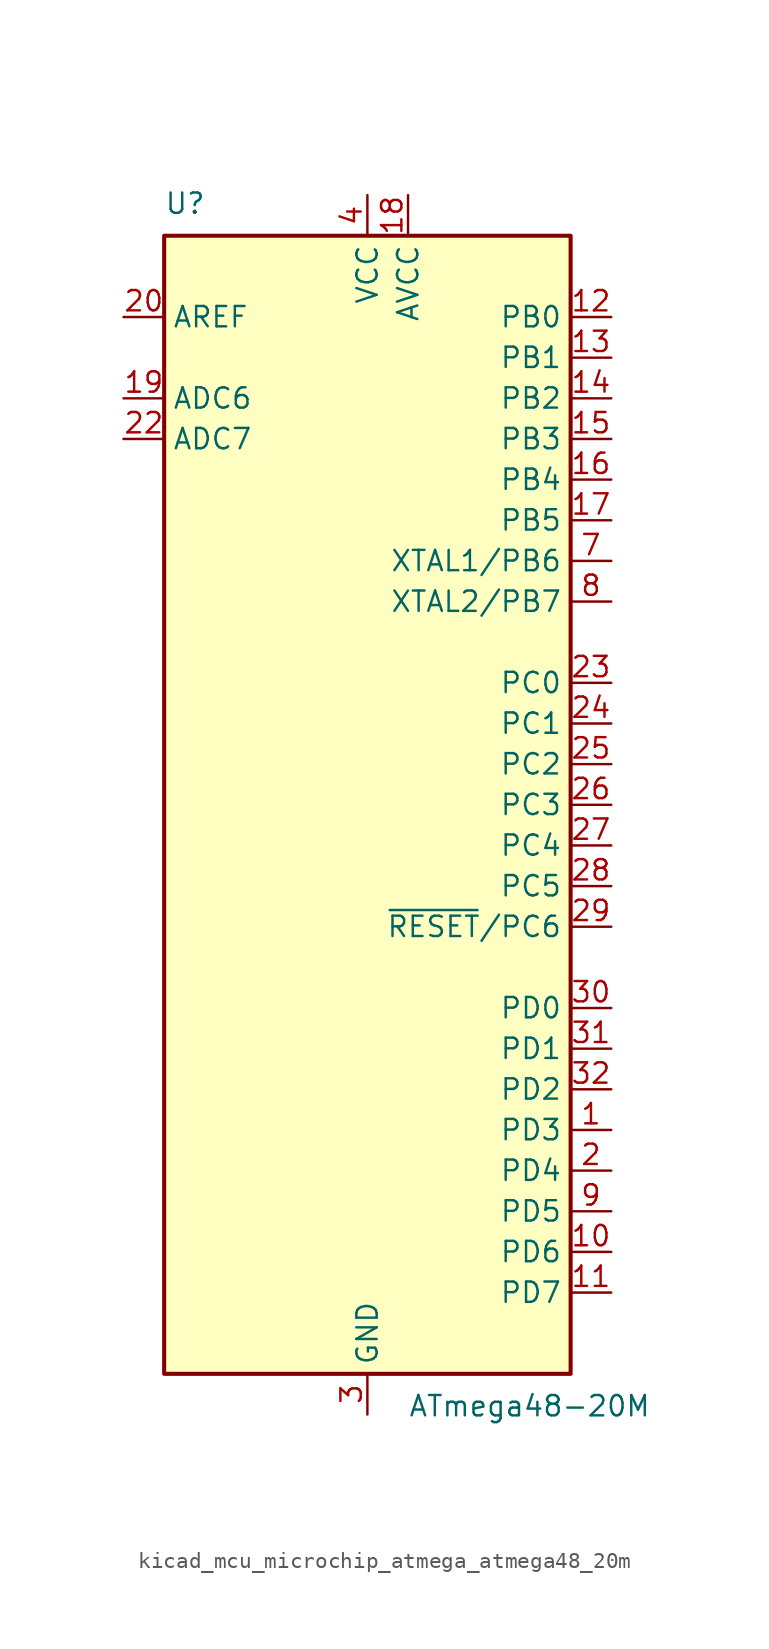
<source format=kicad_sym>
(kicad_symbol_lib
  (version 20220914)
  (generator kicad_symbol_editor)
  (symbol "kicad_mcu_microchip_atmega_atmega48_20m"
    (property "Reference" "U"
      (at -12.7 36.83 0)
      (effects (font (size 1.27 1.27)) (justify left bottom)))
    (property "Value" "ATmega48-20M"
      (at 2.54 -36.83 0)
      (effects (font (size 1.27 1.27)) (justify left top)))
    (symbol "kicad_mcu_microchip_atmega_atmega48_20m_0_1"
      (rectangle (start -12.7 -35.56) (end 12.7 35.56) (stroke (width 0.254) (type default)) (fill (type background))))
    (symbol "kicad_mcu_microchip_atmega_atmega48_20m_1_1"
      (pin bidirectional line (at 15.24 -20.32 180) (length 2.54) (name "PD3" (effects (font (size 1.27 1.27)))) (number "1" (effects (font (size 1.27 1.27)))))
      (pin bidirectional line (at 15.24 -27.94 180) (length 2.54) (name "PD6" (effects (font (size 1.27 1.27)))) (number "10" (effects (font (size 1.27 1.27)))))
      (pin bidirectional line (at 15.24 -30.48 180) (length 2.54) (name "PD7" (effects (font (size 1.27 1.27)))) (number "11" (effects (font (size 1.27 1.27)))))
      (pin bidirectional line (at 15.24 30.48 180) (length 2.54) (name "PB0" (effects (font (size 1.27 1.27)))) (number "12" (effects (font (size 1.27 1.27)))))
      (pin bidirectional line (at 15.24 27.94 180) (length 2.54) (name "PB1" (effects (font (size 1.27 1.27)))) (number "13" (effects (font (size 1.27 1.27)))))
      (pin bidirectional line (at 15.24 25.4 180) (length 2.54) (name "PB2" (effects (font (size 1.27 1.27)))) (number "14" (effects (font (size 1.27 1.27)))))
      (pin bidirectional line (at 15.24 22.86 180) (length 2.54) (name "PB3" (effects (font (size 1.27 1.27)))) (number "15" (effects (font (size 1.27 1.27)))))
      (pin bidirectional line (at 15.24 20.32 180) (length 2.54) (name "PB4" (effects (font (size 1.27 1.27)))) (number "16" (effects (font (size 1.27 1.27)))))
      (pin bidirectional line (at 15.24 17.78 180) (length 2.54) (name "PB5" (effects (font (size 1.27 1.27)))) (number "17" (effects (font (size 1.27 1.27)))))
      (pin power_in line (at 2.54 38.1 270) (length 2.54) (name "AVCC" (effects (font (size 1.27 1.27)))) (number "18" (effects (font (size 1.27 1.27)))))
      (pin input line (at -15.24 25.4 0) (length 2.54) (name "ADC6" (effects (font (size 1.27 1.27)))) (number "19" (effects (font (size 1.27 1.27)))))
      (pin bidirectional line (at 15.24 -22.86 180) (length 2.54) (name "PD4" (effects (font (size 1.27 1.27)))) (number "2" (effects (font (size 1.27 1.27)))))
      (pin passive line (at -15.24 30.48 0) (length 2.54) (name "AREF" (effects (font (size 1.27 1.27)))) (number "20" (effects (font (size 1.27 1.27)))))
      (pin passive line (at 0 -38.1 90) (length 2.54) hide (name "GND" (effects (font (size 1.27 1.27)))) (number "21" (effects (font (size 1.27 1.27)))))
      (pin input line (at -15.24 22.86 0) (length 2.54) (name "ADC7" (effects (font (size 1.27 1.27)))) (number "22" (effects (font (size 1.27 1.27)))))
      (pin bidirectional line (at 15.24 7.62 180) (length 2.54) (name "PC0" (effects (font (size 1.27 1.27)))) (number "23" (effects (font (size 1.27 1.27)))))
      (pin bidirectional line (at 15.24 5.08 180) (length 2.54) (name "PC1" (effects (font (size 1.27 1.27)))) (number "24" (effects (font (size 1.27 1.27)))))
      (pin bidirectional line (at 15.24 2.54 180) (length 2.54) (name "PC2" (effects (font (size 1.27 1.27)))) (number "25" (effects (font (size 1.27 1.27)))))
      (pin bidirectional line (at 15.24 0 180) (length 2.54) (name "PC3" (effects (font (size 1.27 1.27)))) (number "26" (effects (font (size 1.27 1.27)))))
      (pin bidirectional line (at 15.24 -2.54 180) (length 2.54) (name "PC4" (effects (font (size 1.27 1.27)))) (number "27" (effects (font (size 1.27 1.27)))))
      (pin bidirectional line (at 15.24 -5.08 180) (length 2.54) (name "PC5" (effects (font (size 1.27 1.27)))) (number "28" (effects (font (size 1.27 1.27)))))
      (pin bidirectional line (at 15.24 -7.62 180) (length 2.54) (name "~{RESET}/PC6" (effects (font (size 1.27 1.27)))) (number "29" (effects (font (size 1.27 1.27)))))
      (pin power_in line (at 0 -38.1 90) (length 2.54) (name "GND" (effects (font (size 1.27 1.27)))) (number "3" (effects (font (size 1.27 1.27)))))
      (pin bidirectional line (at 15.24 -12.7 180) (length 2.54) (name "PD0" (effects (font (size 1.27 1.27)))) (number "30" (effects (font (size 1.27 1.27)))))
      (pin bidirectional line (at 15.24 -15.24 180) (length 2.54) (name "PD1" (effects (font (size 1.27 1.27)))) (number "31" (effects (font (size 1.27 1.27)))))
      (pin bidirectional line (at 15.24 -17.78 180) (length 2.54) (name "PD2" (effects (font (size 1.27 1.27)))) (number "32" (effects (font (size 1.27 1.27)))))
      (pin passive line (at 0 -38.1 90) (length 2.54) hide (name "GND" (effects (font (size 1.27 1.27)))) (number "33" (effects (font (size 1.27 1.27)))))
      (pin power_in line (at 0 38.1 270) (length 2.54) (name "VCC" (effects (font (size 1.27 1.27)))) (number "4" (effects (font (size 1.27 1.27)))))
      (pin passive line (at 0 -38.1 90) (length 2.54) hide (name "GND" (effects (font (size 1.27 1.27)))) (number "5" (effects (font (size 1.27 1.27)))))
      (pin passive line (at 0 38.1 270) (length 2.54) hide (name "VCC" (effects (font (size 1.27 1.27)))) (number "6" (effects (font (size 1.27 1.27)))))
      (pin bidirectional line (at 15.24 15.24 180) (length 2.54) (name "XTAL1/PB6" (effects (font (size 1.27 1.27)))) (number "7" (effects (font (size 1.27 1.27)))))
      (pin bidirectional line (at 15.24 12.7 180) (length 2.54) (name "XTAL2/PB7" (effects (font (size 1.27 1.27)))) (number "8" (effects (font (size 1.27 1.27)))))
      (pin bidirectional line (at 15.24 -25.4 180) (length 2.54) (name "PD5" (effects (font (size 1.27 1.27)))) (number "9" (effects (font (size 1.27 1.27))))))))
</source>
